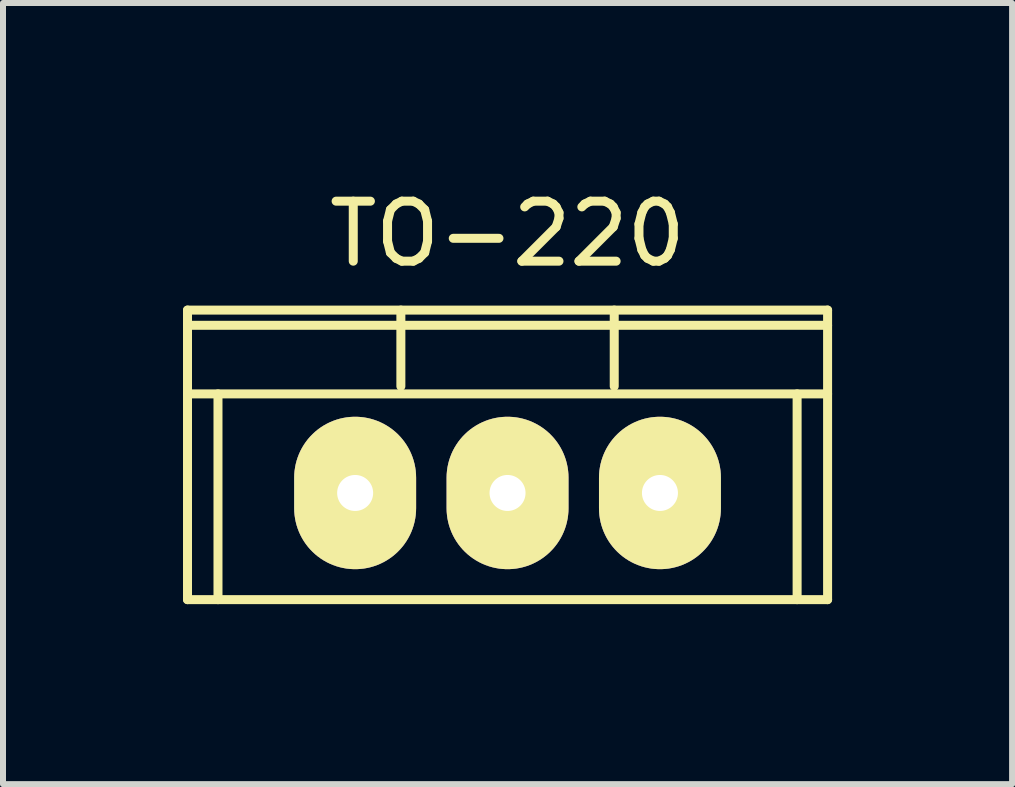
<source format=kicad_pcb>
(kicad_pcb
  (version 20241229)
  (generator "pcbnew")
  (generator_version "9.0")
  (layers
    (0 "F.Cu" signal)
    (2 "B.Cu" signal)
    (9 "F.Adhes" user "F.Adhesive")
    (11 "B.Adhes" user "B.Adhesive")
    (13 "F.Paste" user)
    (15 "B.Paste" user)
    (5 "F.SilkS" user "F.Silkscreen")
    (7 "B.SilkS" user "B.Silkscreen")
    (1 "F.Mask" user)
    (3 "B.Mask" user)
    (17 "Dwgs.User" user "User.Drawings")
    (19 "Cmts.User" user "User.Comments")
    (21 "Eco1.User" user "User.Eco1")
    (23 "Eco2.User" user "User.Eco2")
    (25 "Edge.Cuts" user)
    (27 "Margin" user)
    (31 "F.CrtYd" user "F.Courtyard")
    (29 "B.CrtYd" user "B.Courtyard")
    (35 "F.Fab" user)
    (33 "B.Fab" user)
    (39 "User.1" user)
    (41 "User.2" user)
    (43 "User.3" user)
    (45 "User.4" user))
  (footprint "TO-220"
    (layer "F.Cu")
    (at 5.409 5.166)
    (property "Reference" "TO-220" (at 0 -4.318 0) (layer "F.SilkS") (effects (font (size 1 1) (thickness 0.15))))
    (attr through_hole)
    (fp_line (start -5.334 -3.048) (end -5.334 1.778) (stroke (width 0.15) (type solid)) (layer "F.SilkS"))
    (fp_line (start -5.334 -1.651) (end 5.334 -1.651) (stroke (width 0.15) (type solid)) (layer "F.SilkS"))
    (fp_line (start -4.826 -1.651) (end -4.826 1.778) (stroke (width 0.15) (type solid)) (layer "F.SilkS"))
    (fp_line (start -1.778 -1.778) (end -1.778 -3.048) (stroke (width 0.15) (type solid)) (layer "F.SilkS"))
    (fp_line (start 1.778 -1.778) (end 1.778 -3.048) (stroke (width 0.15) (type solid)) (layer "F.SilkS"))
    (fp_line (start 4.826 -1.651) (end 4.826 1.778) (stroke (width 0.15) (type solid)) (layer "F.SilkS"))
    (fp_line (start 5.334 -3.048) (end -5.334 -3.048) (stroke (width 0.15) (type solid)) (layer "F.SilkS"))
    (fp_line (start 5.334 -3.048) (end 5.334 1.778) (stroke (width 0.15) (type solid)) (layer "F.SilkS"))
    (fp_line (start 5.334 -2.794) (end -5.334 -2.794) (stroke (width 0.15) (type solid)) (layer "F.SilkS"))
    (fp_line (start 5.334 1.778) (end -5.334 1.778) (stroke (width 0.15) (type solid)) (layer "F.SilkS"))
    (pad "1" thru_hole oval (at -2.54 0) (size 2.032 2.54) (drill 0.6) (layers "*.Cu" "*.Mask" "F.SilkS"))
    (pad "2" thru_hole oval (at 0 0) (size 2.032 2.54) (drill 0.6) (layers "*.Cu" "*.Mask" "F.SilkS"))
    (pad "3" thru_hole oval (at 2.54 0) (size 2.032 2.54) (drill 0.6) (layers "*.Cu" "*.Mask" "F.SilkS")))
  (gr_rect
    (start -3 -3)
    (end 13.818 10.019)
    (stroke (width 0.1) (type default))
    (fill no)
    (layer "Edge.Cuts")))
</source>
